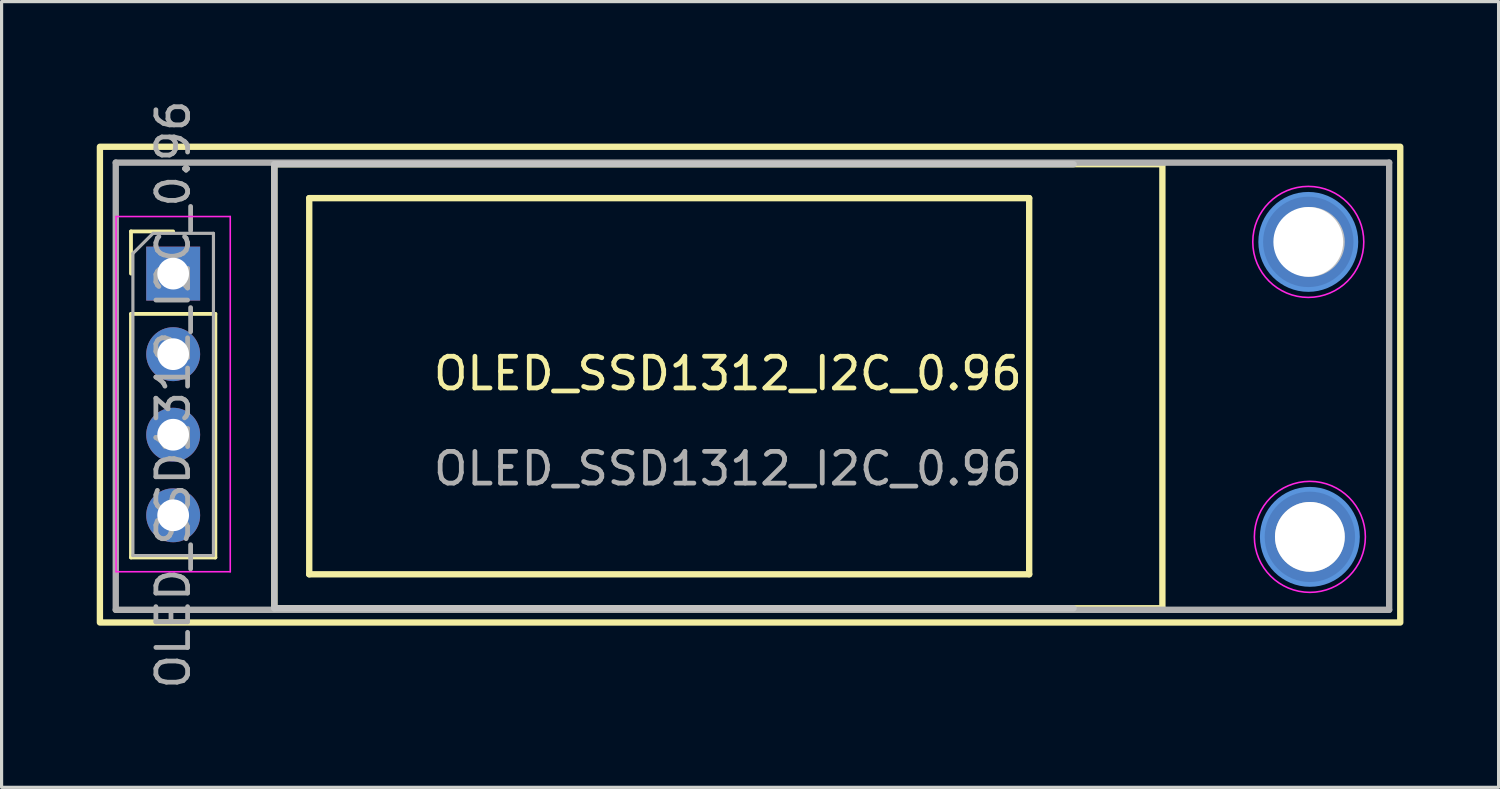
<source format=kicad_pcb>
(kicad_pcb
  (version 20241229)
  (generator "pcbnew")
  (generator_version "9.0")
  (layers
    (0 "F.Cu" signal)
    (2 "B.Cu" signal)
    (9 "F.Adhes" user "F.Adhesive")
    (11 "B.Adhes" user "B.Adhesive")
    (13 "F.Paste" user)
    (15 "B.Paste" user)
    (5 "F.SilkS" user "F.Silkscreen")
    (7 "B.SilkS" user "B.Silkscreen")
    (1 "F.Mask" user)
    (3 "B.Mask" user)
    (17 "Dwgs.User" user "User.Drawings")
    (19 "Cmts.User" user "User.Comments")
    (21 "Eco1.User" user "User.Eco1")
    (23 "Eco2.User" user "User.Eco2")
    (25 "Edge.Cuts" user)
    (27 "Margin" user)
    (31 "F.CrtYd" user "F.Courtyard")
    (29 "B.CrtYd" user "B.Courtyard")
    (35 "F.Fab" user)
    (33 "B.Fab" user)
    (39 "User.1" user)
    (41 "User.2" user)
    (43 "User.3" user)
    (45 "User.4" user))
  (footprint "OLED_SSD1312_I2C_0.96"
    (layer "F.Cu")
    (at 20.6 10.077)
    (property "Reference" "OLED_SSD1312_I2C_0.96" (at -0.7 -1.35 0) (unlocked yes) (layer "F.SilkS") (effects (font (size 1 1) (thickness 0.15))))
    (attr through_hole)
    (fp_line (start -19.52 -5.83) (end -18.19 -5.83) (stroke (width 0.12) (type solid)) (layer "F.SilkS"))
    (fp_line (start -19.52 -4.5) (end -19.52 -5.83) (stroke (width 0.12) (type solid)) (layer "F.SilkS"))
    (fp_line (start -19.52 -3.23) (end -19.52 4.45) (stroke (width 0.12) (type solid)) (layer "F.SilkS"))
    (fp_line (start -19.52 -3.23) (end -16.86 -3.23) (stroke (width 0.12) (type solid)) (layer "F.SilkS"))
    (fp_line (start -19.52 4.45) (end -16.86 4.45) (stroke (width 0.12) (type solid)) (layer "F.SilkS"))
    (fp_line (start -16.86 -3.23) (end -16.86 4.45) (stroke (width 0.12) (type solid)) (layer "F.SilkS"))
    (fp_line (start -15 6.05) (end -15 -7.95) (stroke (width 0.2) (type solid)) (layer "F.SilkS"))
    (fp_line (start -15 6.05) (end 13 6.05) (stroke (width 0.2) (type solid)) (layer "F.SilkS"))
    (fp_line (start -13.9 -6.88) (end -13.9 4.98) (stroke (width 0.2) (type solid)) (layer "F.SilkS"))
    (fp_line (start -13.9 4.98) (end 8.8 4.98) (stroke (width 0.2) (type solid)) (layer "F.SilkS"))
    (fp_line (start 8.8 -6.88) (end -13.9 -6.88) (stroke (width 0.2) (type solid)) (layer "F.SilkS"))
    (fp_line (start 8.8 4.98) (end 8.8 -6.88) (stroke (width 0.2) (type solid)) (layer "F.SilkS"))
    (fp_line (start 13 -7.95) (end -15 -7.95) (stroke (width 0.2) (type solid)) (layer "F.SilkS"))
    (fp_line (start 13 6.05) (end 13 -7.95) (stroke (width 0.2) (type solid)) (layer "F.SilkS"))
    (fp_poly (pts (xy 20.5 6.5) (xy -20.5 6.5) (xy -20.5 -8.5) (xy 20.5 -8.5)) (stroke (width 0.2) (type solid)) (fill no) (layer "F.SilkS"))
    (fp_line (start -15 -7.95) (end -15 6.05) (stroke (width 0.2) (type solid)) (layer "Dwgs.User"))
    (fp_line (start -15 -7.95) (end 10.2 -7.95) (stroke (width 0.2) (type solid)) (layer "Dwgs.User"))
    (fp_line (start 10.2 6.05) (end -15 6.05) (stroke (width 0.2) (type solid)) (layer "Dwgs.User"))
    (fp_circle (center 17.65 -5.5) (end 18.65 -5.5) (stroke (width 0.2) (type solid)) (fill no) (layer "Dwgs.User"))
    (fp_circle (center 17.65 3.8) (end 18.65 3.8) (stroke (width 0.2) (type solid)) (fill no) (layer "Dwgs.User"))
    (fp_circle (center 17.6 -5.5) (end 19.1 -5.5) (stroke (width 0.15) (type solid)) (fill no) (layer "Cmts.User"))
    (fp_circle (center 17.65 3.8) (end 19.15 3.8) (stroke (width 0.15) (type solid)) (fill no) (layer "Cmts.User"))
    (fp_line (start -19.99 -6.3) (end -19.99 4.9) (stroke (width 0.05) (type solid)) (layer "F.CrtYd"))
    (fp_line (start -19.99 4.9) (end -16.39 4.9) (stroke (width 0.05) (type solid)) (layer "F.CrtYd"))
    (fp_line (start -16.39 -6.3) (end -19.99 -6.3) (stroke (width 0.05) (type solid)) (layer "F.CrtYd"))
    (fp_line (start -16.39 4.9) (end -16.39 -6.3) (stroke (width 0.05) (type solid)) (layer "F.CrtYd"))
    (fp_circle (center 17.6 -5.5) (end 19.35 -5.5) (stroke (width 0.05) (type solid)) (fill no) (layer "F.CrtYd"))
    (fp_circle (center 17.65 3.8) (end 19.4 3.8) (stroke (width 0.05) (type solid)) (fill no) (layer "F.CrtYd"))
    (fp_line (start -20 6.1) (end -20 -8) (stroke (width 0.2) (type solid)) (layer "F.Fab"))
    (fp_line (start -20 6.1) (end 20.15 6.1) (stroke (width 0.2) (type solid)) (layer "F.Fab"))
    (fp_line (start -19.46 -5.135) (end -18.825 -5.77) (stroke (width 0.1) (type solid)) (layer "F.Fab"))
    (fp_line (start -19.46 4.39) (end -19.46 -5.135) (stroke (width 0.1) (type solid)) (layer "F.Fab"))
    (fp_line (start -18.825 -5.77) (end -16.92 -5.77) (stroke (width 0.1) (type solid)) (layer "F.Fab"))
    (fp_line (start -16.92 -5.77) (end -16.92 4.39) (stroke (width 0.1) (type solid)) (layer "F.Fab"))
    (fp_line (start -16.92 4.39) (end -19.46 4.39) (stroke (width 0.1) (type solid)) (layer "F.Fab"))
    (fp_line (start 20.15 -8) (end -20 -8) (stroke (width 0.2) (type solid)) (layer "F.Fab"))
    (fp_line (start 20.15 6.1) (end 20.15 -8) (stroke (width 0.2) (type solid)) (layer "F.Fab"))
    (fp_text user "${REFERENCE}" (at -0.7 1.65 0) (unlocked yes) (layer "F.Fab") (effects (font (size 1 1) (thickness 0.15))))
    (fp_text user "${REFERENCE}" (at -18.19 -0.69 90) (layer "F.Fab") (effects (font (size 1 1) (thickness 0.15))))
    (pad "" np_thru_hole circle (at 17.6 -5.5) (size 3 3) (drill 2.2) (layers "*.Cu" "*.Mask"))
    (pad "" np_thru_hole circle (at 17.65 3.8) (size 3 3) (drill 2.2) (layers "*.Cu" "*.Mask"))
    (pad "1" thru_hole rect (at -18.19 -4.5) (size 1.7 1.7) (drill 1) (layers "*.Cu" "*.Mask"))
    (pad "2" thru_hole oval (at -18.19 -1.96) (size 1.7 1.7) (drill 1) (layers "*.Cu" "*.Mask"))
    (pad "3" thru_hole oval (at -18.19 0.58) (size 1.7 1.7) (drill 1) (layers "*.Cu" "*.Mask"))
    (pad "4" thru_hole oval (at -18.19 3.12) (size 1.7 1.7) (drill 1) (layers "*.Cu" "*.Mask")))
  (gr_rect
    (start -3 -3)
    (end 44.2 21.774)
    (stroke (width 0.1) (type default))
    (fill no)
    (layer "Edge.Cuts")))
</source>
